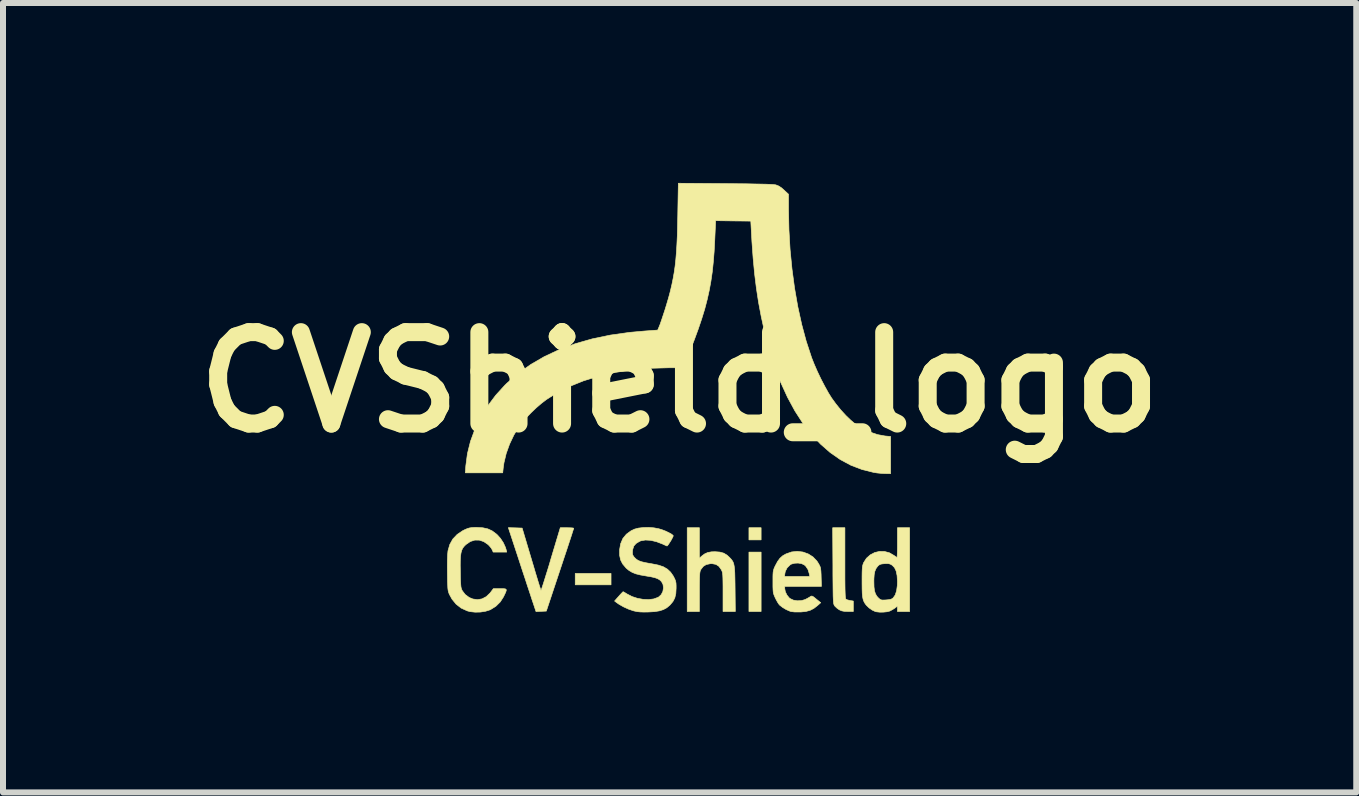
<source format=kicad_pcb>
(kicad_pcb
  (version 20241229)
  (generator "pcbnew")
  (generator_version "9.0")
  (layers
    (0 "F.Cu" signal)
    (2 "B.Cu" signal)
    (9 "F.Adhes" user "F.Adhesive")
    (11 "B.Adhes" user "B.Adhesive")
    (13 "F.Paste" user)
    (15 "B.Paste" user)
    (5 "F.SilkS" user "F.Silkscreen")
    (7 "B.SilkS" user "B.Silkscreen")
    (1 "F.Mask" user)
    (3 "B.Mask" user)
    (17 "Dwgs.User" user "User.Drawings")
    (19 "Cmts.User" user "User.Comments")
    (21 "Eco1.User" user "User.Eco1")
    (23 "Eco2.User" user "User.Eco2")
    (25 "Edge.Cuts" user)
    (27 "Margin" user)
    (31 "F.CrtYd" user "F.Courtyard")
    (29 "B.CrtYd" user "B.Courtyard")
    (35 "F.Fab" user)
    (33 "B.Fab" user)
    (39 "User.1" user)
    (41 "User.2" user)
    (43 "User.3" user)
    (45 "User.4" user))
  (footprint "CVShield_logo"
    (layer "F.Cu")
    (at 8.28 3.322)
    (property "Reference" "CVShield_logo" (at 0 0 0) (layer "F.SilkS") (effects (font (size 1.524 1.524) (thickness 0.3))))
    (attr through_hole)
    (fp_poly (pts (xy -1.143 3.378) (xy -1.74 3.378) (xy -1.74 3.188) (xy -1.143 3.188) (xy -1.143 3.378)) (stroke (width 0.01) (type solid)) (fill yes) (layer "F.SilkS"))
    (fp_poly (pts (xy 1.359 2.629) (xy 1.156 2.629) (xy 1.156 2.426) (xy 1.359 2.426) (xy 1.359 2.629)) (stroke (width 0.01) (type solid)) (fill yes) (layer "F.SilkS"))
    (fp_poly (pts (xy 1.359 3.823) (xy 1.156 3.823) (xy 1.156 2.832) (xy 1.359 2.832) (xy 1.359 3.823)) (stroke (width 0.01) (type solid)) (fill yes) (layer "F.SilkS"))
    (fp_poly (pts (xy 2.756 3.015) (xy 2.756 3.158) (xy 2.756 3.278) (xy 2.757 3.376) (xy 2.758 3.455) (xy 2.76 3.515) (xy 2.762 3.56) (xy 2.765 3.591) (xy 2.768 3.609) (xy 2.772 3.617) (xy 2.772 3.617) (xy 2.795 3.628) (xy 2.831 3.637) (xy 2.842 3.64) (xy 2.896 3.648) (xy 2.896 3.823) (xy 2.804 3.822) (xy 2.745 3.82) (xy 2.703 3.812) (xy 2.666 3.796) (xy 2.662 3.794) (xy 2.624 3.767) (xy 2.592 3.737) (xy 2.586 3.73) (xy 2.58 3.721) (xy 2.575 3.711) (xy 2.57 3.697) (xy 2.567 3.678) (xy 2.564 3.651) (xy 2.562 3.614) (xy 2.56 3.564) (xy 2.559 3.5) (xy 2.558 3.42) (xy 2.557 3.32) (xy 2.556 3.2) (xy 2.556 3.06) (xy 2.552 2.426) (xy 2.756 2.426) (xy 2.756 3.015)) (stroke (width 0.01) (type solid)) (fill yes) (layer "F.SilkS"))
    (fp_poly (pts (xy -2.74 2.428) (xy -2.625 2.432) (xy -2.471 2.949) (xy -2.438 3.059) (xy -2.408 3.161) (xy -2.38 3.253) (xy -2.356 3.332) (xy -2.336 3.396) (xy -2.321 3.442) (xy -2.313 3.467) (xy -2.311 3.472) (xy -2.306 3.462) (xy -2.295 3.429) (xy -2.278 3.378) (xy -2.256 3.309) (xy -2.23 3.225) (xy -2.2 3.13) (xy -2.168 3.025) (xy -2.147 2.952) (xy -1.989 2.426) (xy -1.877 2.426) (xy -1.827 2.427) (xy -1.789 2.429) (xy -1.768 2.433) (xy -1.765 2.435) (xy -1.769 2.449) (xy -1.781 2.484) (xy -1.798 2.539) (xy -1.822 2.612) (xy -1.851 2.7) (xy -1.884 2.801) (xy -1.922 2.914) (xy -1.962 3.035) (xy -1.994 3.131) (xy -2.222 3.816) (xy -2.394 3.824) (xy -2.444 3.674) (xy -2.459 3.63) (xy -2.48 3.565) (xy -2.507 3.483) (xy -2.539 3.387) (xy -2.574 3.279) (xy -2.612 3.165) (xy -2.651 3.046) (xy -2.674 2.975) (xy -2.855 2.425) (xy -2.74 2.428)) (stroke (width 0.01) (type solid)) (fill yes) (layer "F.SilkS"))
    (fp_poly (pts (xy 0.33 2.935) (xy 0.365 2.902) (xy 0.415 2.864) (xy 0.467 2.84) (xy 0.53 2.828) (xy 0.591 2.826) (xy 0.671 2.832) (xy 0.736 2.85) (xy 0.792 2.884) (xy 0.834 2.923) (xy 0.857 2.948) (xy 0.876 2.972) (xy 0.891 2.997) (xy 0.902 3.027) (xy 0.91 3.066) (xy 0.916 3.115) (xy 0.92 3.178) (xy 0.922 3.258) (xy 0.924 3.358) (xy 0.925 3.445) (xy 0.929 3.823) (xy 0.724 3.823) (xy 0.724 3.502) (xy 0.724 3.403) (xy 0.723 3.325) (xy 0.722 3.267) (xy 0.72 3.223) (xy 0.717 3.191) (xy 0.713 3.168) (xy 0.706 3.148) (xy 0.698 3.131) (xy 0.695 3.125) (xy 0.656 3.07) (xy 0.605 3.037) (xy 0.541 3.025) (xy 0.511 3.026) (xy 0.444 3.04) (xy 0.394 3.071) (xy 0.355 3.122) (xy 0.354 3.124) (xy 0.346 3.14) (xy 0.341 3.159) (xy 0.337 3.184) (xy 0.334 3.219) (xy 0.332 3.266) (xy 0.331 3.33) (xy 0.33 3.414) (xy 0.33 3.495) (xy 0.33 3.823) (xy 0.127 3.823) (xy 0.127 2.426) (xy 0.33 2.426) (xy 0.33 2.935)) (stroke (width 0.01) (type solid)) (fill yes) (layer "F.SilkS"))
    (fp_poly (pts (xy 2.056 2.831) (xy 2.145 2.863) (xy 2.224 2.913) (xy 2.289 2.981) (xy 2.316 3.023) (xy 2.333 3.054) (xy 2.345 3.081) (xy 2.352 3.112) (xy 2.356 3.151) (xy 2.359 3.205) (xy 2.36 3.248) (xy 2.365 3.404) (xy 1.753 3.404) (xy 1.753 3.442) (xy 1.763 3.494) (xy 1.79 3.549) (xy 1.827 3.595) (xy 1.844 3.608) (xy 1.897 3.633) (xy 1.962 3.644) (xy 2.031 3.641) (xy 2.094 3.623) (xy 2.097 3.621) (xy 2.136 3.601) (xy 2.17 3.581) (xy 2.179 3.575) (xy 2.194 3.566) (xy 2.209 3.566) (xy 2.229 3.576) (xy 2.26 3.6) (xy 2.279 3.616) (xy 2.353 3.676) (xy 2.3 3.723) (xy 2.238 3.771) (xy 2.176 3.803) (xy 2.106 3.822) (xy 2.02 3.831) (xy 2.007 3.831) (xy 1.921 3.831) (xy 1.86 3.824) (xy 1.84 3.818) (xy 1.776 3.79) (xy 1.718 3.755) (xy 1.671 3.719) (xy 1.651 3.696) (xy 1.631 3.664) (xy 1.607 3.62) (xy 1.59 3.585) (xy 1.577 3.555) (xy 1.567 3.527) (xy 1.561 3.498) (xy 1.558 3.46) (xy 1.556 3.409) (xy 1.556 3.339) (xy 1.556 3.327) (xy 1.556 3.255) (xy 1.556 3.239) (xy 1.749 3.239) (xy 2.171 3.239) (xy 2.163 3.197) (xy 2.141 3.124) (xy 2.103 3.067) (xy 2.078 3.045) (xy 2.032 3.024) (xy 1.975 3.015) (xy 1.916 3.018) (xy 1.865 3.032) (xy 1.846 3.042) (xy 1.793 3.094) (xy 1.763 3.153) (xy 1.756 3.186) (xy 1.749 3.239) (xy 1.556 3.239) (xy 1.557 3.202) (xy 1.56 3.163) (xy 1.566 3.133) (xy 1.575 3.105) (xy 1.588 3.075) (xy 1.595 3.061) (xy 1.634 2.988) (xy 1.674 2.934) (xy 1.72 2.893) (xy 1.773 2.863) (xy 1.866 2.83) (xy 1.961 2.82) (xy 2.056 2.831)) (stroke (width 0.01) (type solid)) (fill yes) (layer "F.SilkS"))
    (fp_poly (pts (xy 3.835 3.823) (xy 3.632 3.823) (xy 3.632 3.733) (xy 3.59 3.765) (xy 3.55 3.791) (xy 3.506 3.814) (xy 3.502 3.816) (xy 3.458 3.827) (xy 3.4 3.833) (xy 3.339 3.834) (xy 3.284 3.828) (xy 3.262 3.823) (xy 3.211 3.799) (xy 3.158 3.762) (xy 3.113 3.718) (xy 3.105 3.708) (xy 3.084 3.678) (xy 3.069 3.648) (xy 3.058 3.614) (xy 3.05 3.572) (xy 3.045 3.519) (xy 3.043 3.449) (xy 3.042 3.359) (xy 3.042 3.327) (xy 3.239 3.327) (xy 3.241 3.412) (xy 3.249 3.477) (xy 3.265 3.527) (xy 3.288 3.567) (xy 3.31 3.592) (xy 3.334 3.614) (xy 3.354 3.627) (xy 3.38 3.632) (xy 3.418 3.631) (xy 3.441 3.63) (xy 3.493 3.625) (xy 3.528 3.617) (xy 3.553 3.602) (xy 3.562 3.594) (xy 3.595 3.547) (xy 3.618 3.477) (xy 3.63 3.387) (xy 3.632 3.322) (xy 3.626 3.224) (xy 3.61 3.148) (xy 3.583 3.091) (xy 3.544 3.051) (xy 3.542 3.05) (xy 3.513 3.033) (xy 3.484 3.025) (xy 3.443 3.024) (xy 3.418 3.025) (xy 3.371 3.03) (xy 3.341 3.038) (xy 3.318 3.053) (xy 3.301 3.07) (xy 3.274 3.108) (xy 3.255 3.153) (xy 3.244 3.21) (xy 3.239 3.284) (xy 3.239 3.327) (xy 3.042 3.327) (xy 3.042 3.321) (xy 3.042 3.233) (xy 3.043 3.166) (xy 3.045 3.117) (xy 3.048 3.08) (xy 3.053 3.053) (xy 3.06 3.03) (xy 3.068 3.009) (xy 3.115 2.935) (xy 3.178 2.879) (xy 3.252 2.84) (xy 3.332 2.821) (xy 3.416 2.822) (xy 3.498 2.844) (xy 3.574 2.888) (xy 3.602 2.908) (xy 3.622 2.92) (xy 3.625 2.921) (xy 3.627 2.909) (xy 3.629 2.875) (xy 3.631 2.824) (xy 3.632 2.759) (xy 3.632 2.684) (xy 3.632 2.673) (xy 3.632 2.426) (xy 3.835 2.426) (xy 3.835 3.823)) (stroke (width 0.01) (type solid)) (fill yes) (layer "F.SilkS"))
    (fp_poly (pts (xy -3.28 2.427) (xy -3.198 2.445) (xy -3.126 2.478) (xy -3.057 2.529) (xy -3.042 2.542) (xy -2.987 2.603) (xy -2.939 2.676) (xy -2.904 2.752) (xy -2.89 2.797) (xy -2.882 2.832) (xy -3.108 2.832) (xy -3.124 2.794) (xy -3.142 2.764) (xy -3.172 2.728) (xy -3.194 2.706) (xy -3.264 2.658) (xy -3.338 2.633) (xy -3.414 2.632) (xy -3.489 2.656) (xy -3.559 2.704) (xy -3.564 2.708) (xy -3.593 2.737) (xy -3.616 2.767) (xy -3.632 2.802) (xy -3.644 2.845) (xy -3.652 2.899) (xy -3.656 2.968) (xy -3.657 3.056) (xy -3.655 3.16) (xy -3.654 3.249) (xy -3.652 3.317) (xy -3.649 3.367) (xy -3.646 3.404) (xy -3.641 3.431) (xy -3.634 3.453) (xy -3.625 3.472) (xy -3.623 3.476) (xy -3.574 3.54) (xy -3.508 3.589) (xy -3.447 3.614) (xy -3.369 3.625) (xy -3.293 3.612) (xy -3.223 3.575) (xy -3.161 3.516) (xy -3.15 3.502) (xy -3.105 3.442) (xy -2.993 3.442) (xy -2.941 3.442) (xy -2.907 3.445) (xy -2.891 3.455) (xy -2.89 3.475) (xy -2.903 3.51) (xy -2.929 3.564) (xy -2.935 3.577) (xy -2.99 3.663) (xy -3.064 3.736) (xy -3.154 3.792) (xy -3.16 3.795) (xy -3.233 3.818) (xy -3.319 3.832) (xy -3.408 3.834) (xy -3.492 3.825) (xy -3.541 3.812) (xy -3.643 3.765) (xy -3.726 3.7) (xy -3.794 3.617) (xy -3.838 3.537) (xy -3.847 3.515) (xy -3.854 3.492) (xy -3.86 3.466) (xy -3.864 3.431) (xy -3.866 3.385) (xy -3.869 3.323) (xy -3.87 3.241) (xy -3.871 3.184) (xy -3.872 3.065) (xy -3.871 2.965) (xy -3.868 2.884) (xy -3.863 2.825) (xy -3.861 2.809) (xy -3.831 2.705) (xy -3.781 2.615) (xy -3.709 2.539) (xy -3.616 2.476) (xy -3.584 2.46) (xy -3.541 2.441) (xy -3.505 2.43) (xy -3.466 2.424) (xy -3.417 2.421) (xy -3.379 2.421) (xy -3.28 2.427)) (stroke (width 0.01) (type solid)) (fill yes) (layer "F.SilkS"))
    (fp_poly (pts (xy -0.427 2.428) (xy -0.347 2.443) (xy -0.344 2.444) (xy -0.289 2.461) (xy -0.232 2.483) (xy -0.18 2.508) (xy -0.138 2.531) (xy -0.112 2.551) (xy -0.106 2.559) (xy -0.11 2.575) (xy -0.125 2.604) (xy -0.145 2.641) (xy -0.169 2.678) (xy -0.19 2.71) (xy -0.206 2.728) (xy -0.21 2.731) (xy -0.222 2.726) (xy -0.251 2.713) (xy -0.281 2.699) (xy -0.385 2.659) (xy -0.483 2.636) (xy -0.571 2.631) (xy -0.645 2.644) (xy -0.667 2.653) (xy -0.725 2.688) (xy -0.763 2.731) (xy -0.781 2.786) (xy -0.785 2.811) (xy -0.786 2.853) (xy -0.781 2.881) (xy -0.764 2.908) (xy -0.75 2.924) (xy -0.721 2.952) (xy -0.686 2.974) (xy -0.639 2.992) (xy -0.577 3.007) (xy -0.496 3.022) (xy -0.46 3.028) (xy -0.355 3.049) (xy -0.271 3.077) (xy -0.204 3.116) (xy -0.15 3.167) (xy -0.105 3.232) (xy -0.101 3.24) (xy -0.08 3.281) (xy -0.067 3.315) (xy -0.06 3.349) (xy -0.058 3.393) (xy -0.058 3.435) (xy -0.063 3.524) (xy -0.08 3.596) (xy -0.111 3.656) (xy -0.158 3.712) (xy -0.165 3.719) (xy -0.215 3.761) (xy -0.271 3.791) (xy -0.337 3.812) (xy -0.418 3.825) (xy -0.519 3.831) (xy -0.521 3.831) (xy -0.598 3.832) (xy -0.657 3.83) (xy -0.706 3.825) (xy -0.754 3.815) (xy -0.773 3.81) (xy -0.852 3.783) (xy -0.935 3.745) (xy -1.012 3.701) (xy -1.053 3.672) (xy -1.084 3.648) (xy -1.015 3.57) (xy -0.983 3.534) (xy -0.957 3.507) (xy -0.943 3.493) (xy -0.941 3.493) (xy -0.928 3.499) (xy -0.901 3.515) (xy -0.877 3.53) (xy -0.794 3.573) (xy -0.703 3.603) (xy -0.608 3.62) (xy -0.515 3.624) (xy -0.431 3.613) (xy -0.36 3.587) (xy -0.348 3.58) (xy -0.306 3.541) (xy -0.279 3.489) (xy -0.269 3.43) (xy -0.276 3.373) (xy -0.302 3.323) (xy -0.307 3.319) (xy -0.334 3.294) (xy -0.369 3.274) (xy -0.415 3.258) (xy -0.477 3.244) (xy -0.555 3.231) (xy -0.652 3.214) (xy -0.729 3.195) (xy -0.791 3.17) (xy -0.843 3.139) (xy -0.89 3.1) (xy -0.896 3.093) (xy -0.95 3.029) (xy -0.984 2.962) (xy -1 2.886) (xy -1.001 2.796) (xy -0.983 2.694) (xy -0.946 2.606) (xy -0.887 2.534) (xy -0.809 2.477) (xy -0.75 2.449) (xy -0.685 2.432) (xy -0.604 2.423) (xy -0.515 2.421) (xy -0.427 2.428)) (stroke (width 0.01) (type solid)) (fill yes) (layer "F.SilkS"))
    (fp_poly (pts (xy 0.761 -3.311) (xy 0.945 -3.309) (xy 1.104 -3.308) (xy 1.24 -3.305) (xy 1.353 -3.303) (xy 1.444 -3.301) (xy 1.515 -3.298) (xy 1.565 -3.295) (xy 1.597 -3.291) (xy 1.604 -3.29) (xy 1.65 -3.272) (xy 1.697 -3.242) (xy 1.74 -3.204) (xy 1.816 -3.134) (xy 1.816 -2.872) (xy 1.823 -2.542) (xy 1.842 -2.212) (xy 1.874 -1.886) (xy 1.917 -1.566) (xy 1.971 -1.257) (xy 2.036 -0.962) (xy 2.111 -0.683) (xy 2.196 -0.424) (xy 2.197 -0.419) (xy 2.242 -0.305) (xy 2.296 -0.181) (xy 2.356 -0.055) (xy 2.419 0.066) (xy 2.48 0.176) (xy 2.534 0.263) (xy 2.606 0.362) (xy 2.686 0.461) (xy 2.77 0.553) (xy 2.853 0.633) (xy 2.91 0.681) (xy 3.032 0.762) (xy 3.163 0.827) (xy 3.297 0.873) (xy 3.427 0.897) (xy 3.431 0.897) (xy 3.518 0.905) (xy 3.518 1.524) (xy 3.426 1.523) (xy 3.364 1.52) (xy 3.293 1.513) (xy 3.236 1.504) (xy 3.043 1.456) (xy 2.857 1.385) (xy 2.679 1.29) (xy 2.51 1.172) (xy 2.349 1.031) (xy 2.197 0.868) (xy 2.055 0.684) (xy 1.922 0.478) (xy 1.799 0.251) (xy 1.686 0.004) (xy 1.584 -0.263) (xy 1.493 -0.549) (xy 1.413 -0.855) (xy 1.36 -1.099) (xy 1.316 -1.333) (xy 1.28 -1.569) (xy 1.25 -1.812) (xy 1.226 -2.067) (xy 1.206 -2.341) (xy 1.202 -2.415) (xy 1.187 -2.686) (xy 0.894 -2.689) (xy 0.601 -2.693) (xy 0.586 -2.366) (xy 0.576 -2.178) (xy 0.562 -2.004) (xy 0.545 -1.841) (xy 0.522 -1.683) (xy 0.494 -1.53) (xy 0.46 -1.377) (xy 0.419 -1.22) (xy 0.369 -1.058) (xy 0.311 -0.886) (xy 0.243 -0.701) (xy 0.165 -0.5) (xy 0.079 -0.289) (xy 0.06 -0.241) (xy -0.172 -0.241) (xy -0.489 -0.232) (xy -0.792 -0.206) (xy -1.079 -0.162) (xy -1.349 -0.101) (xy -1.602 -0.023) (xy -1.837 0.072) (xy -2.054 0.183) (xy -2.225 0.292) (xy -2.303 0.352) (xy -2.388 0.425) (xy -2.473 0.506) (xy -2.553 0.589) (xy -2.624 0.669) (xy -2.677 0.74) (xy -2.763 0.881) (xy -2.835 1.033) (xy -2.891 1.189) (xy -2.928 1.343) (xy -2.94 1.426) (xy -2.949 1.511) (xy -3.572 1.511) (xy -3.564 1.394) (xy -3.537 1.19) (xy -3.486 0.985) (xy -3.412 0.783) (xy -3.316 0.586) (xy -3.2 0.397) (xy -3.065 0.217) (xy -2.912 0.049) (xy -2.886 0.023) (xy -2.693 -0.145) (xy -2.482 -0.295) (xy -2.253 -0.428) (xy -2.005 -0.544) (xy -1.739 -0.642) (xy -1.455 -0.723) (xy -1.152 -0.786) (xy -0.832 -0.831) (xy -0.586 -0.853) (xy -0.365 -0.869) (xy -0.343 -0.921) (xy -0.324 -0.968) (xy -0.301 -1.035) (xy -0.274 -1.116) (xy -0.245 -1.204) (xy -0.217 -1.295) (xy -0.191 -1.383) (xy -0.169 -1.462) (xy -0.154 -1.52) (xy -0.129 -1.627) (xy -0.108 -1.729) (xy -0.09 -1.831) (xy -0.075 -1.935) (xy -0.063 -2.046) (xy -0.053 -2.165) (xy -0.045 -2.297) (xy -0.038 -2.444) (xy -0.034 -2.61) (xy -0.03 -2.798) (xy -0.03 -2.805) (xy -0.021 -3.317) (xy 0.761 -3.311)) (stroke (width 0.01) (type solid)) (fill yes) (layer "F.SilkS")))
  (gr_rect
    (start -3 -3)
    (end 19.561 10.161)
    (stroke (width 0.1) (type default))
    (fill no)
    (layer "Edge.Cuts")))
</source>
